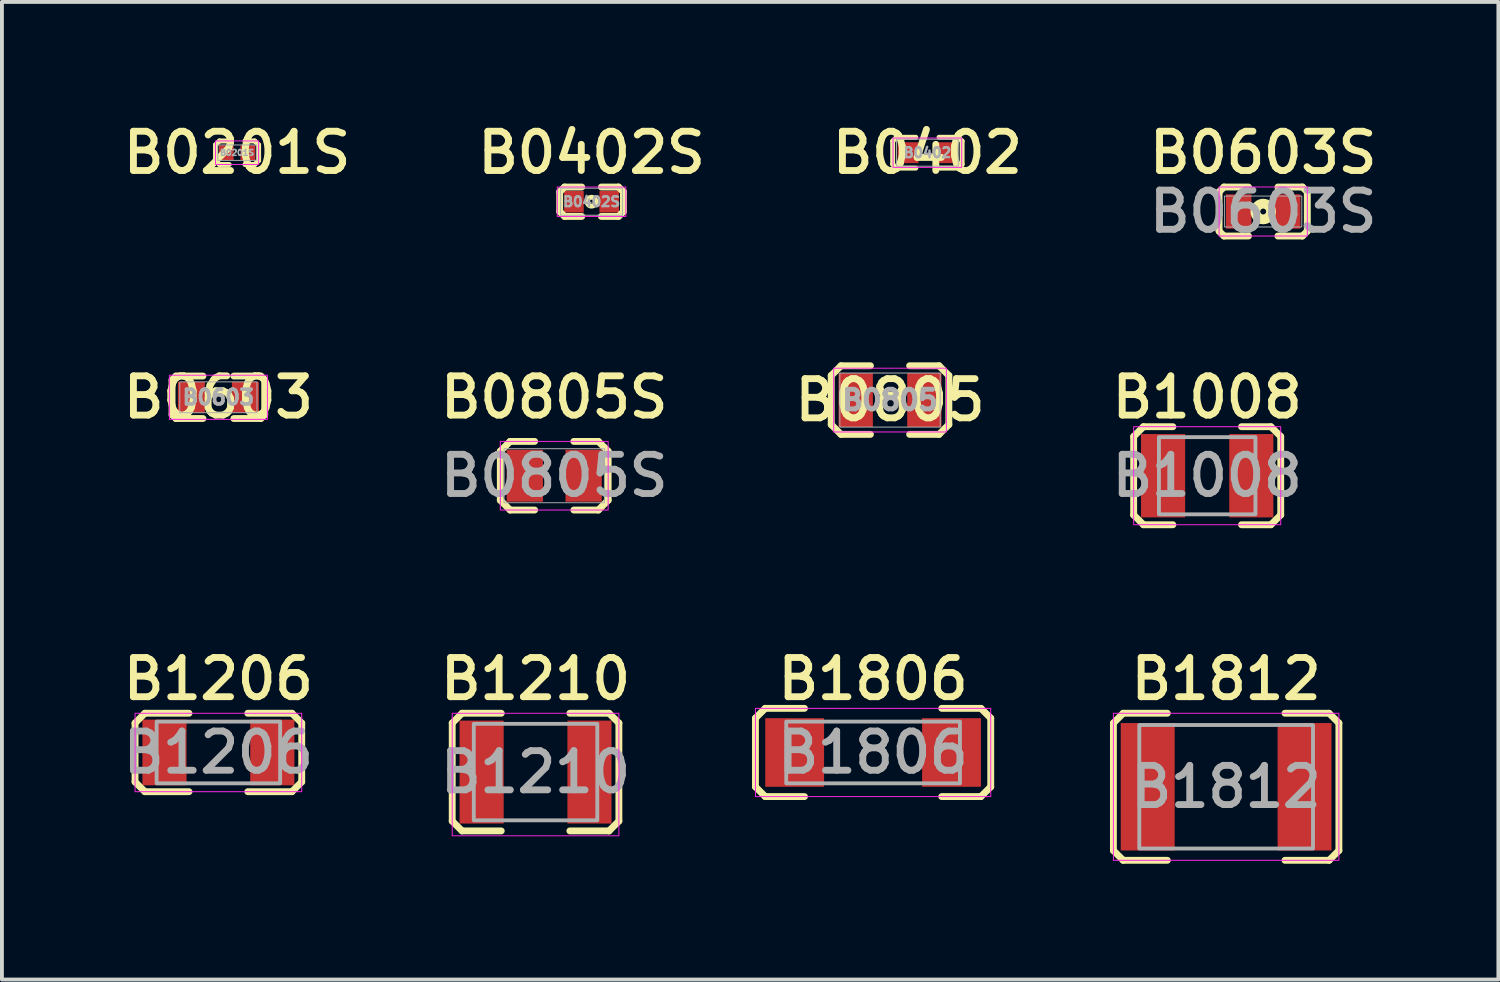
<source format=kicad_pcb>
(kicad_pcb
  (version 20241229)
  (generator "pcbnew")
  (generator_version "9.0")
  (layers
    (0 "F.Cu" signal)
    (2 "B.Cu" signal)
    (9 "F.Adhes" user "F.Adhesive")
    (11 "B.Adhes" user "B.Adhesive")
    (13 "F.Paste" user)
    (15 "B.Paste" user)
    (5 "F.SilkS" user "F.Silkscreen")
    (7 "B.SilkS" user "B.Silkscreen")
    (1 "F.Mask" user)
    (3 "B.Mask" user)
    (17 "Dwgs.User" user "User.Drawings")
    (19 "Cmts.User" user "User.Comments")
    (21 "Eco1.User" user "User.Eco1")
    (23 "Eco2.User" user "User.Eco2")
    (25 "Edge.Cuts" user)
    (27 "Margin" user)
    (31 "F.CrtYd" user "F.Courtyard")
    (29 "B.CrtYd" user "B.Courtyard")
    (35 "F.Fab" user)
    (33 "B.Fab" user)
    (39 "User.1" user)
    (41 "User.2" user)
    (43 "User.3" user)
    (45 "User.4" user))
  (footprint "B0402S"
    (layer "F.Cu")
    (at 12.276 2.176)
    (property "Reference" "B0402S" (at 0 -1.27 0) (layer "F.SilkS") (effects (font (size 1.016 1.016) (thickness 0.178))))
    (attr smd)
    (fp_line (start -0.826 -0.254) (end -0.699 -0.381) (stroke (width 0.178) (type solid)) (layer "F.SilkS"))
    (fp_line (start -0.826 0.254) (end -0.826 -0.254) (stroke (width 0.178) (type solid)) (layer "F.SilkS"))
    (fp_line (start -0.826 0.254) (end -0.699 0.381) (stroke (width 0.178) (type solid)) (layer "F.SilkS"))
    (fp_line (start -0.699 0.381) (end -0.254 0.381) (stroke (width 0.178) (type solid)) (layer "F.SilkS"))
    (fp_line (start -0.254 -0.381) (end -0.699 -0.381) (stroke (width 0.178) (type solid)) (layer "F.SilkS"))
    (fp_line (start 0.254 -0.381) (end 0.699 -0.381) (stroke (width 0.178) (type solid)) (layer "F.SilkS"))
    (fp_line (start 0.254 0.381) (end 0.699 0.381) (stroke (width 0.178) (type solid)) (layer "F.SilkS"))
    (fp_line (start 0.699 0.381) (end 0.826 0.254) (stroke (width 0.178) (type solid)) (layer "F.SilkS"))
    (fp_line (start 0.826 -0.254) (end 0.699 -0.381) (stroke (width 0.178) (type solid)) (layer "F.SilkS"))
    (fp_line (start 0.826 -0.254) (end 0.826 0.254) (stroke (width 0.178) (type solid)) (layer "F.SilkS"))
    (fp_circle (center 0 0) (end 0.051 0) (stroke (width 0.127) (type solid)) (fill no) (layer "F.SilkS"))
    (fp_rect (start -0.889 -0.381) (end 0.889 0.381) (stroke (width 0.025) (type solid)) (fill no) (layer "F.CrtYd"))
    (fp_rect (start -0.8 -0.35) (end 0.8 0.35) (stroke (width 0.025) (type solid)) (fill no) (layer "F.Fab"))
    (fp_text user "${REFERENCE}" (at 0 0 0) (layer "F.Fab") (effects (font (size 0.254 0.254) (thickness 0.064) (bold yes))))
    (pad "1" smd rect (at -0.457 0) (size 0.508 0.559) (layers "F.Cu" "F.Mask" "F.Paste"))
    (pad "2" smd rect (at 0.457 0) (size 0.508 0.559) (layers "F.Cu" "F.Mask" "F.Paste")))
  (footprint "B0603S"
    (layer "F.Cu")
    (at 29.677 2.43)
    (property "Reference" "B0603S" (at 0 -1.524 0) (layer "F.SilkS") (effects (font (size 1.016 1.016) (thickness 0.178))))
    (attr smd)
    (fp_line (start -1.143 -0.508) (end -1.143 0.508) (stroke (width 0.178) (type solid)) (layer "F.SilkS"))
    (fp_line (start -1.143 -0.508) (end -1.016 -0.635) (stroke (width 0.178) (type solid)) (layer "F.SilkS"))
    (fp_line (start -1.143 0.508) (end -1.016 0.635) (stroke (width 0.178) (type solid)) (layer "F.SilkS"))
    (fp_line (start -1.016 0.635) (end -0.381 0.635) (stroke (width 0.178) (type solid)) (layer "F.SilkS"))
    (fp_line (start -0.381 -0.635) (end -1.016 -0.635) (stroke (width 0.178) (type solid)) (layer "F.SilkS"))
    (fp_line (start 0.381 0.635) (end 1.016 0.635) (stroke (width 0.178) (type solid)) (layer "F.SilkS"))
    (fp_line (start 1.016 -0.635) (end 0.381 -0.635) (stroke (width 0.178) (type solid)) (layer "F.SilkS"))
    (fp_line (start 1.016 -0.635) (end 1.143 -0.508) (stroke (width 0.178) (type solid)) (layer "F.SilkS"))
    (fp_line (start 1.016 0.635) (end 1.143 0.508) (stroke (width 0.178) (type solid)) (layer "F.SilkS"))
    (fp_line (start 1.143 0.508) (end 1.143 -0.508) (stroke (width 0.178) (type solid)) (layer "F.SilkS"))
    (fp_circle (center 0 0) (end 0.076 0) (stroke (width 0.254) (type solid)) (fill no) (layer "F.SilkS"))
    (fp_rect (start -1.143 -0.635) (end 1.143 0.635) (stroke (width 0.025) (type solid)) (fill no) (layer "F.CrtYd"))
    (fp_rect (start -1 -0.4) (end 1 0.4) (stroke (width 0.025) (type solid)) (fill no) (layer "F.Fab"))
    (fp_text user "${REFERENCE}" (at 0 0 0) (layer "F.Fab") (effects (font (size 1.016 1.016) (thickness 0.178))))
    (pad "1" smd rect (at -0.635 0) (size 0.66 0.889) (layers "F.Cu" "F.Mask" "F.Paste"))
    (pad "2" smd rect (at 0.635 0) (size 0.66 0.889) (layers "F.Cu" "F.Mask" "F.Paste")))
  (footprint "B0603"
    (layer "F.Cu")
    (at 2.608 7.243)
    (property "Reference" "B0603" (at 0 0 0) (layer "F.SilkS") (effects (font (size 1.016 1.016) (thickness 0.178))))
    (attr smd)
    (fp_line (start -1.2 -0.45) (end -1.2 0.45) (stroke (width 0.178) (type solid)) (layer "F.SilkS"))
    (fp_line (start -1.2 -0.45) (end -1.1 -0.55) (stroke (width 0.178) (type solid)) (layer "F.SilkS"))
    (fp_line (start -1.1 0.55) (end -1.2 0.45) (stroke (width 0.178) (type solid)) (layer "F.SilkS"))
    (fp_line (start -1.1 0.55) (end -0.4 0.55) (stroke (width 0.178) (type solid)) (layer "F.SilkS"))
    (fp_line (start -0.4 -0.55) (end -1.1 -0.55) (stroke (width 0.178) (type solid)) (layer "F.SilkS"))
    (fp_line (start 0.4 0.55) (end 1.1 0.55) (stroke (width 0.178) (type solid)) (layer "F.SilkS"))
    (fp_line (start 1.1 -0.55) (end 0.4 -0.55) (stroke (width 0.178) (type solid)) (layer "F.SilkS"))
    (fp_line (start 1.2 -0.45) (end 1.1 -0.55) (stroke (width 0.178) (type solid)) (layer "F.SilkS"))
    (fp_line (start 1.2 0.45) (end 1.1 0.55) (stroke (width 0.178) (type solid)) (layer "F.SilkS"))
    (fp_line (start 1.2 0.45) (end 1.2 -0.45) (stroke (width 0.178) (type solid)) (layer "F.SilkS"))
    (fp_rect (start -1.27 -0.572) (end 1.27 0.572) (stroke (width 0.025) (type solid)) (fill no) (layer "F.CrtYd"))
    (fp_rect (start -1 -0.4) (end 1 0.4) (stroke (width 0.025) (type solid)) (fill no) (layer "F.Fab"))
    (fp_text user "${REFERENCE}" (at 0 0 0) (layer "F.Fab") (effects (font (size 0.381 0.381) (thickness 0.095) (bold yes))))
    (pad "1" smd rect (at -0.7 0) (size 0.7 0.8) (layers "F.Cu" "F.Mask" "F.Paste"))
    (pad "2" smd rect (at 0.7 0) (size 0.7 0.8) (layers "F.Cu" "F.Mask" "F.Paste"))
    (zone (net_name "") (layer "F.Cu") (hatch edge 0.5) (connect_pads) (min_thickness 0.25) (filled_areas_thickness no) (keepout (tracks allowed) (vias allowed) (pads allowed) (copperpour not_allowed) (footprints allowed)) (placement (enabled no)) (fill) (polygon (pts (xy 2.408 6.743) (xy 2.408 7.743) (xy 2.808 7.743) (xy 2.808 6.743)))))
  (footprint "B1812"
    (layer "F.Cu")
    (at 28.717 17.334)
    (property "Reference" "B1812" (at 0 -2.794 0) (unlocked yes) (layer "F.SilkS") (effects (font (size 1.016 1.016) (thickness 0.178))))
    (attr smd)
    (fp_line (start -2.921 -1.651) (end -2.667 -1.905) (stroke (width 0.178) (type solid)) (layer "F.SilkS"))
    (fp_line (start -2.921 1.651) (end -2.921 -1.651) (stroke (width 0.178) (type solid)) (layer "F.SilkS"))
    (fp_line (start -2.667 -1.905) (end -1.524 -1.905) (stroke (width 0.178) (type solid)) (layer "F.SilkS"))
    (fp_line (start -2.667 1.905) (end -2.921 1.651) (stroke (width 0.178) (type solid)) (layer "F.SilkS"))
    (fp_line (start -2.667 1.905) (end -1.524 1.905) (stroke (width 0.178) (type solid)) (layer "F.SilkS"))
    (fp_line (start 1.524 -1.905) (end 2.667 -1.905) (stroke (width 0.178) (type solid)) (layer "F.SilkS"))
    (fp_line (start 1.524 1.905) (end 2.667 1.905) (stroke (width 0.178) (type solid)) (layer "F.SilkS"))
    (fp_line (start 2.667 -1.905) (end 2.921 -1.651) (stroke (width 0.178) (type solid)) (layer "F.SilkS"))
    (fp_line (start 2.667 1.905) (end 2.921 1.651) (stroke (width 0.178) (type solid)) (layer "F.SilkS"))
    (fp_line (start 2.921 1.651) (end 2.921 -1.651) (stroke (width 0.178) (type solid)) (layer "F.SilkS"))
    (fp_rect (start -2.921 -1.905) (end 2.921 1.905) (stroke (width 0.025) (type solid)) (fill no) (layer "F.CrtYd"))
    (fp_rect (start -2.25 -1.6) (end 2.25 1.6) (stroke (width 0.1) (type solid)) (fill no) (layer "F.Fab"))
    (fp_text user "${REFERENCE}" (at 0 0 0) (unlocked yes) (layer "F.Fab") (effects (font (size 1.016 1.016) (thickness 0.178))))
    (pad "1" smd rect (at -2.032 0) (size 1.397 3.302) (layers "F.Cu" "F.Mask" "F.Paste"))
    (pad "2" smd rect (at 2.032 0) (size 1.397 3.302) (layers "F.Cu" "F.Mask" "F.Paste")))
  (footprint "B0805S"
    (layer "F.Cu")
    (at 11.309 9.275)
    (property "Reference" "B0805S" (at 0 -2.032 0) (layer "F.SilkS") (effects (font (size 1.016 1.016) (thickness 0.178))))
    (attr smd)
    (fp_line (start -1.397 -0.635) (end -1.397 0.635) (stroke (width 0.178) (type solid)) (layer "F.SilkS"))
    (fp_line (start -1.397 -0.635) (end -1.143 -0.889) (stroke (width 0.178) (type solid)) (layer "F.SilkS"))
    (fp_line (start -1.397 0.635) (end -1.143 0.889) (stroke (width 0.178) (type solid)) (layer "F.SilkS"))
    (fp_line (start -1.143 -0.889) (end -0.508 -0.889) (stroke (width 0.178) (type solid)) (layer "F.SilkS"))
    (fp_line (start -1.143 0.889) (end -0.508 0.889) (stroke (width 0.178) (type solid)) (layer "F.SilkS"))
    (fp_line (start 0.508 -0.889) (end 1.143 -0.889) (stroke (width 0.178) (type solid)) (layer "F.SilkS"))
    (fp_line (start 0.508 0.889) (end 1.143 0.889) (stroke (width 0.178) (type solid)) (layer "F.SilkS"))
    (fp_line (start 1.143 -0.889) (end 1.397 -0.635) (stroke (width 0.178) (type solid)) (layer "F.SilkS"))
    (fp_line (start 1.143 0.889) (end 1.397 0.635) (stroke (width 0.178) (type solid)) (layer "F.SilkS"))
    (fp_line (start 1.397 -0.635) (end 1.397 0.635) (stroke (width 0.178) (type solid)) (layer "F.SilkS"))
    (fp_rect (start -1.397 -0.889) (end 1.397 0.889) (stroke (width 0.025) (type solid)) (fill no) (layer "F.CrtYd"))
    (fp_rect (start -1.3 -0.7) (end 1.3 0.7) (stroke (width 0.025) (type solid)) (fill no) (layer "F.Fab"))
    (fp_text user "${REFERENCE}" (at 0 0 0) (layer "F.Fab") (effects (font (size 1.016 1.016) (thickness 0.178))))
    (pad "1" smd rect (at -0.762 0) (size 0.94 1.346) (layers "F.Cu" "F.Mask" "F.Paste"))
    (pad "2" smd rect (at 0.762 0) (size 0.94 1.346) (layers "F.Cu" "F.Mask" "F.Paste")))
  (footprint "B0805"
    (layer "F.Cu")
    (at 20.009 7.315)
    (property "Reference" "B0805" (at 0 0 0) (layer "F.SilkS") (effects (font (size 1.016 1.016) (thickness 0.178))))
    (attr smd)
    (fp_line (start -1.524 -0.635) (end -1.524 0.635) (stroke (width 0.178) (type solid)) (layer "F.SilkS"))
    (fp_line (start -1.524 -0.635) (end -1.27 -0.889) (stroke (width 0.178) (type solid)) (layer "F.SilkS"))
    (fp_line (start -1.524 0.635) (end -1.27 0.889) (stroke (width 0.178) (type solid)) (layer "F.SilkS"))
    (fp_line (start -1.27 -0.889) (end -0.508 -0.889) (stroke (width 0.178) (type solid)) (layer "F.SilkS"))
    (fp_line (start -1.27 0.889) (end -0.508 0.889) (stroke (width 0.178) (type solid)) (layer "F.SilkS"))
    (fp_line (start 0.508 -0.889) (end 1.27 -0.889) (stroke (width 0.178) (type solid)) (layer "F.SilkS"))
    (fp_line (start 0.508 0.889) (end 1.27 0.889) (stroke (width 0.178) (type solid)) (layer "F.SilkS"))
    (fp_line (start 1.27 -0.889) (end 1.524 -0.635) (stroke (width 0.178) (type solid)) (layer "F.SilkS"))
    (fp_line (start 1.27 0.889) (end 1.524 0.635) (stroke (width 0.178) (type solid)) (layer "F.SilkS"))
    (fp_line (start 1.524 -0.635) (end 1.524 0.635) (stroke (width 0.178) (type solid)) (layer "F.SilkS"))
    (fp_rect (start -1.46 -0.826) (end 1.46 0.826) (stroke (width 0.025) (type solid)) (fill no) (layer "F.CrtYd"))
    (fp_rect (start -1.3 -0.7) (end 1.3 0.7) (stroke (width 0.025) (type solid)) (fill no) (layer "F.Fab"))
    (fp_text user "${REFERENCE}" (at 0 0 0) (layer "F.Fab") (effects (font (size 0.508 0.508) (thickness 0.127))))
    (pad "1" smd rect (at -0.889 0) (size 0.889 1.397) (layers "F.Cu" "F.Mask" "F.Paste"))
    (pad "2" smd rect (at 0.889 0) (size 0.889 1.397) (layers "F.Cu" "F.Mask" "F.Paste"))
    (zone (net_name "") (layer "F.Cu") (hatch full 0.5) (connect_pads) (min_thickness 0.25) (filled_areas_thickness no) (keepout (tracks allowed) (vias allowed) (pads allowed) (copperpour not_allowed) (footprints allowed)) (placement (enabled no)) (fill) (polygon (pts (xy 19.809 6.615) (xy 19.809 8.015) (xy 20.209 8.015) (xy 20.209 6.615)))))
  (footprint "B1206"
    (layer "F.Cu")
    (at 2.608 16.445)
    (property "Reference" "B1206" (at 0 -1.905 0) (layer "F.SilkS") (effects (font (size 1.016 1.016) (thickness 0.178))))
    (attr smd)
    (fp_line (start -2.159 -0.762) (end -2.159 0.762) (stroke (width 0.178) (type solid)) (layer "F.SilkS"))
    (fp_line (start -2.159 -0.762) (end -1.905 -1.016) (stroke (width 0.178) (type solid)) (layer "F.SilkS"))
    (fp_line (start -1.905 1.016) (end -2.159 0.762) (stroke (width 0.178) (type solid)) (layer "F.SilkS"))
    (fp_line (start -0.762 -1.016) (end -1.905 -1.016) (stroke (width 0.178) (type solid)) (layer "F.SilkS"))
    (fp_line (start -0.762 1.016) (end -1.905 1.016) (stroke (width 0.178) (type solid)) (layer "F.SilkS"))
    (fp_line (start 1.905 -1.016) (end 0.762 -1.016) (stroke (width 0.178) (type solid)) (layer "F.SilkS"))
    (fp_line (start 1.905 -1.016) (end 2.159 -0.762) (stroke (width 0.178) (type solid)) (layer "F.SilkS"))
    (fp_line (start 1.905 1.016) (end 0.762 1.016) (stroke (width 0.178) (type solid)) (layer "F.SilkS"))
    (fp_line (start 1.905 1.016) (end 2.159 0.762) (stroke (width 0.178) (type solid)) (layer "F.SilkS"))
    (fp_line (start 2.159 -0.762) (end 2.159 0.762) (stroke (width 0.178) (type solid)) (layer "F.SilkS"))
    (fp_rect (start -2.159 -1.016) (end 2.159 1.016) (stroke (width 0.025) (type solid)) (fill no) (layer "F.CrtYd"))
    (fp_rect (start -1.6 -0.8) (end 1.6 0.8) (stroke (width 0.1) (type solid)) (fill no) (layer "F.Fab"))
    (fp_text user "${REFERENCE}" (at 0 0 0) (layer "F.Fab") (effects (font (size 1.016 1.016) (thickness 0.178))))
    (pad "1" smd rect (at -1.397 0) (size 1.143 1.702) (layers "F.Cu" "F.Mask" "F.Paste"))
    (pad "2" smd rect (at 1.397 0) (size 1.143 1.702) (layers "F.Cu" "F.Mask" "F.Paste")))
  (footprint "B0402"
    (layer "F.Cu")
    (at 20.977 0.906)
    (property "Reference" "B0402" (at 0 0 0) (layer "F.SilkS") (effects (font (size 1.016 1.016) (thickness 0.178))))
    (attr smd)
    (fp_line (start -0.9 -0.3) (end -0.8 -0.4) (stroke (width 0.127) (type solid)) (layer "F.SilkS"))
    (fp_line (start -0.9 0.3) (end -0.9 -0.3) (stroke (width 0.127) (type solid)) (layer "F.SilkS"))
    (fp_line (start -0.8 0.4) (end -0.9 0.3) (stroke (width 0.127) (type solid)) (layer "F.SilkS"))
    (fp_line (start -0.8 0.4) (end -0.3 0.4) (stroke (width 0.127) (type solid)) (layer "F.SilkS"))
    (fp_line (start -0.3 -0.4) (end -0.8 -0.4) (stroke (width 0.127) (type solid)) (layer "F.SilkS"))
    (fp_line (start 0.3 -0.4) (end 0.8 -0.4) (stroke (width 0.127) (type solid)) (layer "F.SilkS"))
    (fp_line (start 0.3 0.4) (end 0.8 0.4) (stroke (width 0.127) (type solid)) (layer "F.SilkS"))
    (fp_line (start 0.8 -0.4) (end 0.9 -0.3) (stroke (width 0.127) (type solid)) (layer "F.SilkS"))
    (fp_line (start 0.8 0.4) (end 0.9 0.3) (stroke (width 0.127) (type solid)) (layer "F.SilkS"))
    (fp_line (start 0.9 -0.3) (end 0.9 0.3) (stroke (width 0.127) (type solid)) (layer "F.SilkS"))
    (fp_rect (start -0.889 -0.381) (end 0.889 0.381) (stroke (width 0.025) (type solid)) (fill no) (layer "F.CrtYd"))
    (fp_rect (start -0.8 -0.35) (end 0.8 0.35) (stroke (width 0.025) (type solid)) (fill no) (layer "F.Fab"))
    (fp_text user "${REFERENCE}" (at 0 0 0) (layer "F.Fab") (effects (font (size 0.254 0.254) (thickness 0.064) (bold yes))))
    (pad "1" smd rect (at -0.5 0) (size 0.54 0.54) (layers "F.Cu" "F.Mask" "F.Paste"))
    (pad "2" smd rect (at 0.5 0) (size 0.54 0.54) (layers "F.Cu" "F.Mask" "F.Paste")))
  (footprint "B1210"
    (layer "F.Cu")
    (at 10.825 16.953)
    (property "Reference" "B1210" (at 0 -2.413 0) (layer "F.SilkS") (effects (font (size 1.016 1.016) (thickness 0.178))))
    (attr smd)
    (fp_line (start -2.159 -1.27) (end -1.905 -1.524) (stroke (width 0.178) (type solid)) (layer "F.SilkS"))
    (fp_line (start -2.159 1.27) (end -2.159 -1.27) (stroke (width 0.178) (type solid)) (layer "F.SilkS"))
    (fp_line (start -1.905 -1.524) (end -0.889 -1.524) (stroke (width 0.178) (type solid)) (layer "F.SilkS"))
    (fp_line (start -1.905 1.524) (end -2.159 1.27) (stroke (width 0.178) (type solid)) (layer "F.SilkS"))
    (fp_line (start -1.905 1.524) (end -0.889 1.524) (stroke (width 0.178) (type solid)) (layer "F.SilkS"))
    (fp_line (start 0.889 -1.524) (end 1.905 -1.524) (stroke (width 0.178) (type solid)) (layer "F.SilkS"))
    (fp_line (start 0.889 1.524) (end 1.905 1.524) (stroke (width 0.178) (type solid)) (layer "F.SilkS"))
    (fp_line (start 1.905 -1.524) (end 2.159 -1.27) (stroke (width 0.178) (type solid)) (layer "F.SilkS"))
    (fp_line (start 1.905 1.524) (end 2.159 1.27) (stroke (width 0.178) (type solid)) (layer "F.SilkS"))
    (fp_line (start 2.159 1.27) (end 2.159 -1.27) (stroke (width 0.178) (type solid)) (layer "F.SilkS"))
    (fp_rect (start -2.159 -1.524) (end 2.159 1.651) (stroke (width 0.025) (type solid)) (fill no) (layer "F.CrtYd"))
    (fp_rect (start -1.6 -1.25) (end 1.6 1.25) (stroke (width 0.1) (type solid)) (fill no) (layer "F.Fab"))
    (fp_text user "${REFERENCE}" (at 0 0 0) (layer "F.Fab") (effects (font (size 1.016 1.016) (thickness 0.178))))
    (pad "1" smd rect (at -1.397 0) (size 1.143 2.667) (layers "F.Cu" "F.Mask" "F.Paste"))
    (pad "2" smd rect (at 1.397 0) (size 1.143 2.667) (layers "F.Cu" "F.Mask" "F.Paste")))
  (footprint "B1806"
    (layer "F.Cu")
    (at 19.57 16.445)
    (property "Reference" "B1806" (at 0 -1.905 0) (unlocked yes) (layer "F.SilkS") (effects (font (size 1.016 1.016) (thickness 0.178))))
    (attr smd)
    (fp_line (start -3.048 -0.889) (end -2.794 -1.143) (stroke (width 0.178) (type solid)) (layer "F.SilkS"))
    (fp_line (start -3.048 0.889) (end -3.048 -0.889) (stroke (width 0.178) (type solid)) (layer "F.SilkS"))
    (fp_line (start -2.794 -1.143) (end -1.778 -1.143) (stroke (width 0.178) (type solid)) (layer "F.SilkS"))
    (fp_line (start -2.794 1.143) (end -3.048 0.889) (stroke (width 0.178) (type solid)) (layer "F.SilkS"))
    (fp_line (start -2.794 1.143) (end -1.778 1.143) (stroke (width 0.178) (type solid)) (layer "F.SilkS"))
    (fp_line (start 1.778 -1.143) (end 2.794 -1.143) (stroke (width 0.178) (type solid)) (layer "F.SilkS"))
    (fp_line (start 1.778 1.143) (end 2.794 1.143) (stroke (width 0.178) (type solid)) (layer "F.SilkS"))
    (fp_line (start 2.794 -1.143) (end 3.048 -0.889) (stroke (width 0.178) (type solid)) (layer "F.SilkS"))
    (fp_line (start 2.794 1.143) (end 3.048 0.889) (stroke (width 0.178) (type solid)) (layer "F.SilkS"))
    (fp_line (start 3.048 0.889) (end 3.048 -0.889) (stroke (width 0.178) (type solid)) (layer "F.SilkS"))
    (fp_rect (start -3.048 -1.143) (end 3.048 1.143) (stroke (width 0.025) (type solid)) (fill no) (layer "F.CrtYd"))
    (fp_rect (start -2.25 -0.8) (end 2.25 0.8) (stroke (width 0.1) (type solid)) (fill no) (layer "F.Fab"))
    (fp_text user "${REFERENCE}" (at 0 0 0) (unlocked yes) (layer "F.Fab") (effects (font (size 1.016 1.016) (thickness 0.178))))
    (pad "1" smd rect (at -2.032 0) (size 1.524 1.778) (layers "F.Cu" "F.Mask" "F.Paste"))
    (pad "2" smd rect (at 2.032 0) (size 1.524 1.778) (layers "F.Cu" "F.Mask" "F.Paste")))
  (footprint "B0201S"
    (layer "F.Cu")
    (at 3.092 0.906)
    (property "Reference" "B0201S" (at 0 0 0) (layer "F.SilkS") (effects (font (size 1.016 1.016) (thickness 0.178))))
    (attr smd)
    (fp_line (start -0.559 -0.203) (end -0.559 0.203) (stroke (width 0.127) (type solid)) (layer "F.SilkS"))
    (fp_line (start -0.559 -0.203) (end -0.457 -0.305) (stroke (width 0.127) (type solid)) (layer "F.SilkS"))
    (fp_line (start -0.559 0.203) (end -0.457 0.305) (stroke (width 0.127) (type solid)) (layer "F.SilkS"))
    (fp_line (start -0.457 0.305) (end -0.203 0.305) (stroke (width 0.127) (type solid)) (layer "F.SilkS"))
    (fp_line (start -0.203 -0.305) (end -0.457 -0.305) (stroke (width 0.127) (type solid)) (layer "F.SilkS"))
    (fp_line (start 0.457 -0.305) (end 0.203 -0.305) (stroke (width 0.127) (type solid)) (layer "F.SilkS"))
    (fp_line (start 0.457 0.305) (end 0.203 0.305) (stroke (width 0.127) (type solid)) (layer "F.SilkS"))
    (fp_line (start 0.457 0.305) (end 0.559 0.203) (stroke (width 0.127) (type solid)) (layer "F.SilkS"))
    (fp_line (start 0.559 -0.203) (end 0.457 -0.305) (stroke (width 0.127) (type solid)) (layer "F.SilkS"))
    (fp_line (start 0.559 -0.203) (end 0.559 0.203) (stroke (width 0.127) (type solid)) (layer "F.SilkS"))
    (fp_rect (start -0.559 -0.305) (end 0.559 0.305) (stroke (width 0.025) (type solid)) (fill no) (layer "F.CrtYd"))
    (fp_rect (start -0.5 -0.2) (end 0.5 0.2) (stroke (width 0.025) (type solid)) (fill no) (layer "F.Fab"))
    (fp_text user "${REFERENCE}" (at 0 0 0) (layer "F.Fab") (effects (font (size 0.152 0.152) (thickness 0.038) (bold yes))))
    (pad "1" smd rect (at -0.279 0) (size 0.381 0.381) (layers "F.Cu" "F.Mask" "F.Paste"))
    (pad "2" smd rect (at 0.279 0) (size 0.381 0.381) (layers "F.Cu" "F.Mask" "F.Paste")))
  (footprint "B1008"
    (layer "F.Cu")
    (at 28.226 9.275)
    (property "Reference" "B1008" (at 0 -2.032 0) (unlocked yes) (layer "F.SilkS") (effects (font (size 1.016 1.016) (thickness 0.178))))
    (attr smd)
    (fp_line (start -1.905 -1.016) (end -1.651 -1.27) (stroke (width 0.178) (type solid)) (layer "F.SilkS"))
    (fp_line (start -1.905 -1.016) (end -1.905 1.016) (stroke (width 0.178) (type solid)) (layer "F.SilkS"))
    (fp_line (start -1.651 1.27) (end -1.905 1.016) (stroke (width 0.178) (type solid)) (layer "F.SilkS"))
    (fp_line (start -1.651 -1.27) (end -0.889 -1.27) (stroke (width 0.178) (type solid)) (layer "F.SilkS"))
    (fp_line (start -1.651 1.27) (end -0.889 1.27) (stroke (width 0.178) (type solid)) (layer "F.SilkS"))
    (fp_line (start 0.889 1.27) (end 1.651 1.27) (stroke (width 0.178) (type solid)) (layer "F.SilkS"))
    (fp_line (start 0.889 -1.27) (end 1.651 -1.27) (stroke (width 0.178) (type solid)) (layer "F.SilkS"))
    (fp_line (start 1.651 -1.27) (end 1.905 -1.016) (stroke (width 0.178) (type solid)) (layer "F.SilkS"))
    (fp_line (start 1.651 1.27) (end 1.905 1.016) (stroke (width 0.178) (type solid)) (layer "F.SilkS"))
    (fp_line (start 1.905 -1.016) (end 1.905 1.016) (stroke (width 0.178) (type solid)) (layer "F.SilkS"))
    (fp_rect (start -1.905 -1.27) (end 1.905 1.27) (stroke (width 0.025) (type solid)) (fill no) (layer "F.CrtYd"))
    (fp_rect (start -1.25 -1) (end 1.25 1) (stroke (width 0.1) (type solid)) (fill no) (layer "F.Fab"))
    (fp_text user "${REFERENCE}" (at 0 0 0) (unlocked yes) (layer "F.Fab") (effects (font (size 1.016 1.016) (thickness 0.178))))
    (pad "1" smd rect (at -1.143 0) (size 1.143 2.159) (layers "F.Cu" "F.Mask" "F.Paste"))
    (pad "2" smd rect (at 1.143 0) (size 1.143 2.159) (layers "F.Cu" "F.Mask" "F.Paste")))
  (gr_rect
    (start -3 -3)
    (end 35.77 22.328)
    (stroke (width 0.1) (type default))
    (fill no)
    (layer "Edge.Cuts")))
</source>
